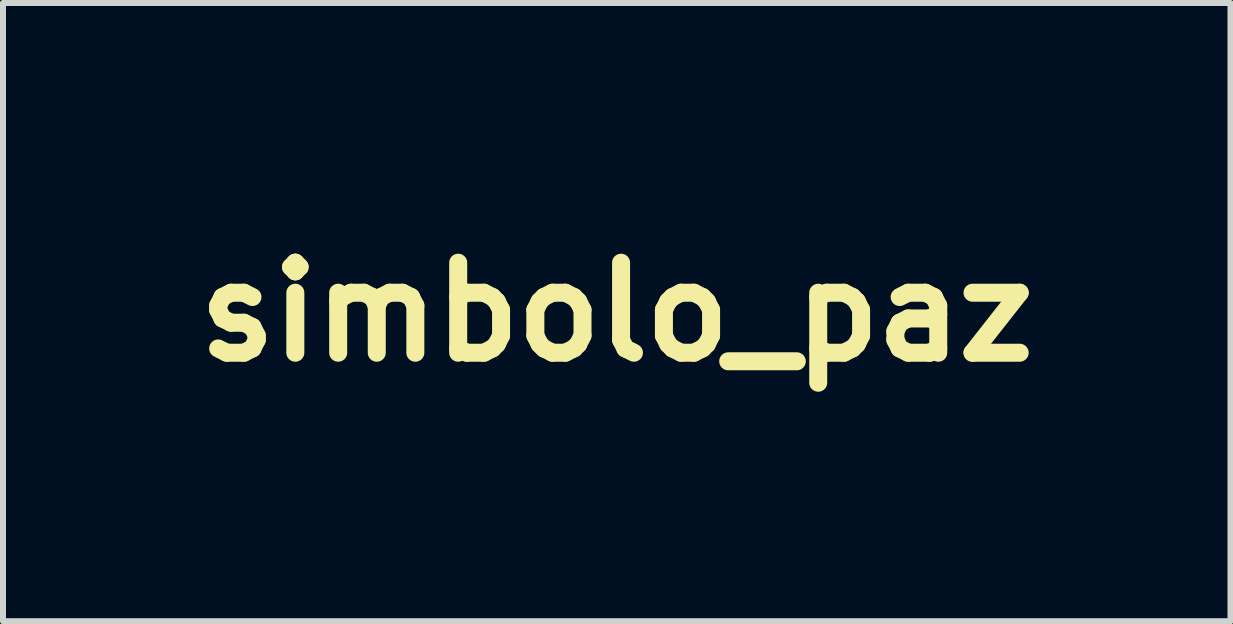
<source format=kicad_pcb>
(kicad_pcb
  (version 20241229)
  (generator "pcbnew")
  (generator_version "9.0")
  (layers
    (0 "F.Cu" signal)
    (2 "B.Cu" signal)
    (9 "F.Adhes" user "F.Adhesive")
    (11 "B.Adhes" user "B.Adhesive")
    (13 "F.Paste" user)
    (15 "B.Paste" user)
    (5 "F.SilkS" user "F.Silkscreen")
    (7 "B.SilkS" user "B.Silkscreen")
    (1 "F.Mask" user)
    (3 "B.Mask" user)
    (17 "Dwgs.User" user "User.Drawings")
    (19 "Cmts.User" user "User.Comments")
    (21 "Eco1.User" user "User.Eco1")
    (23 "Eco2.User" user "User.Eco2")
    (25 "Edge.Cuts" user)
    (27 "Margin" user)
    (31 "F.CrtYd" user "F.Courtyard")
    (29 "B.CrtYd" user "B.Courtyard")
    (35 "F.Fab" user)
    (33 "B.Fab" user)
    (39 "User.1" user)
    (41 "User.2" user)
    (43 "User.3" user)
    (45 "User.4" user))
  (footprint "simbolo_paz"
    (layer "F.Cu")
    (at 7.229 2.15)
    (property "Reference" "simbolo_paz" (at 0 0 0) (layer "F.SilkS") (effects (font (size 1.5 1.5) (thickness 0.3))))
    (attr board_only exclude_from_pos_files exclude_from_bom)
    (fp_poly (pts (xy 0.103 -2.148) (xy 0.207 -2.142) (xy 0.302 -2.13) (xy 0.306 -2.13) (xy 0.498 -2.092) (xy 0.684 -2.038) (xy 0.862 -1.97) (xy 1.031 -1.887) (xy 1.192 -1.79) (xy 1.343 -1.68) (xy 1.484 -1.557) (xy 1.614 -1.422) (xy 1.732 -1.275) (xy 1.838 -1.117) (xy 1.931 -0.947) (xy 1.941 -0.927) (xy 2.01 -0.767) (xy 2.065 -0.602) (xy 2.108 -0.43) (xy 2.13 -0.306) (xy 2.141 -0.213) (xy 2.148 -0.109) (xy 2.15 0.000236) (xy 2.147 0.11) (xy 2.141 0.214) (xy 2.13 0.306) (xy 2.091 0.501) (xy 2.038 0.688) (xy 1.969 0.867) (xy 1.885 1.037) (xy 1.787 1.199) (xy 1.673 1.352) (xy 1.545 1.497) (xy 1.521 1.521) (xy 1.38 1.651) (xy 1.229 1.766) (xy 1.069 1.867) (xy 0.902 1.954) (xy 0.728 2.025) (xy 0.548 2.081) (xy 0.363 2.121) (xy 0.175 2.145) (xy -0.016 2.153) (xy -0.164 2.147) (xy -0.35 2.125) (xy -0.532 2.087) (xy -0.71 2.033) (xy -0.881 1.964) (xy -1.046 1.881) (xy -1.203 1.784) (xy -1.352 1.674) (xy -1.49 1.552) (xy -1.619 1.418) (xy -1.735 1.274) (xy -1.839 1.119) (xy -1.929 0.954) (xy -1.946 0.918) (xy -2.007 0.778) (xy -2.056 0.64) (xy -2.095 0.498) (xy -2.126 0.346) (xy -2.131 0.315) (xy -2.142 0.226) (xy -2.149 0.125) (xy -2.151 0.018) (xy -2.149 -0.091) (xy -2.143 -0.196) (xy -2.133 -0.294) (xy -2.13 -0.31) (xy -2.093 -0.502) (xy -2.039 -0.686) (xy -1.971 -0.864) (xy -1.888 -1.033) (xy -1.791 -1.194) (xy -1.696 -1.323) (xy -1.329 -1.323) (xy -0.906 -0.673) (xy -0.843 -0.577) (xy -0.783 -0.485) (xy -0.727 -0.398) (xy -0.674 -0.317) (xy -0.626 -0.243) (xy -0.583 -0.178) (xy -0.547 -0.121) (xy -0.517 -0.075) (xy -0.494 -0.04) (xy -0.48 -0.017) (xy -0.474 -0.008) (xy -0.474 -0.003) (xy -0.478 0.007) (xy -0.486 0.024) (xy -0.499 0.046) (xy -0.516 0.077) (xy -0.54 0.115) (xy -0.57 0.162) (xy -0.606 0.22) (xy -0.649 0.287) (xy -0.7 0.366) (xy -0.759 0.458) (xy -0.827 0.562) (xy -0.897 0.67) (xy -1.328 1.332) (xy -1.274 1.382) (xy -1.144 1.491) (xy -1.003 1.588) (xy -0.852 1.672) (xy -0.693 1.744) (xy -0.529 1.801) (xy -0.362 1.843) (xy -0.192 1.869) (xy -0.129 1.874) (xy -0.084 1.876) (xy -0.026 1.876) (xy 0.039 1.875) (xy 0.108 1.872) (xy 0.174 1.868) (xy 0.233 1.863) (xy 0.281 1.858) (xy 0.282 1.857) (xy 0.444 1.826) (xy 0.603 1.78) (xy 0.759 1.719) (xy 0.909 1.646) (xy 1.049 1.562) (xy 1.179 1.467) (xy 1.27 1.387) (xy 1.328 1.332) (xy 0.9 0.677) (xy 0.838 0.581) (xy 0.778 0.489) (xy 0.721 0.402) (xy 0.668 0.321) (xy 0.62 0.247) (xy 0.578 0.181) (xy 0.541 0.125) (xy 0.511 0.079) (xy 0.489 0.044) (xy 0.474 0.021) (xy 0.469 0.012) (xy 0.469 0.012) (xy 0.473 0.003) (xy 0.485 -0.019) (xy 0.506 -0.053) (xy 0.535 -0.098) (xy 0.57 -0.154) (xy 0.611 -0.219) (xy 0.658 -0.293) (xy 0.71 -0.373) (xy 0.766 -0.46) (xy 0.826 -0.552) (xy 0.888 -0.648) (xy 0.893 -0.656) (xy 0.956 -0.753) (xy 1.016 -0.845) (xy 1.072 -0.932) (xy 1.125 -1.013) (xy 1.173 -1.087) (xy 1.215 -1.153) (xy 1.251 -1.21) (xy 1.281 -1.256) (xy 1.303 -1.291) (xy 1.317 -1.314) (xy 1.323 -1.323) (xy 1.323 -1.324) (xy 1.317 -1.334) (xy 1.299 -1.353) (xy 1.272 -1.379) (xy 1.238 -1.409) (xy 1.199 -1.442) (xy 1.157 -1.476) (xy 1.121 -1.504) (xy 0.974 -1.604) (xy 0.819 -1.689) (xy 0.656 -1.759) (xy 0.486 -1.813) (xy 0.309 -1.852) (xy 0.267 -1.859) (xy 0.201 -1.866) (xy 0.124 -1.871) (xy 0.039 -1.874) (xy -0.047 -1.873) (xy -0.13 -1.871) (xy -0.205 -1.865) (xy -0.263 -1.858) (xy -0.438 -1.823) (xy -0.608 -1.773) (xy -0.77 -1.709) (xy -0.924 -1.632) (xy -1.068 -1.543) (xy -1.201 -1.441) (xy -1.266 -1.383) (xy -1.329 -1.323) (xy -1.696 -1.323) (xy -1.68 -1.345) (xy -1.556 -1.486) (xy -1.419 -1.617) (xy -1.271 -1.735) (xy -1.111 -1.842) (xy -0.952 -1.929) (xy -0.8 -1.998) (xy -0.641 -2.054) (xy -0.473 -2.098) (xy -0.306 -2.13) (xy -0.216 -2.141) (xy -0.114 -2.148) (xy -0.006 -2.15)) (stroke (width 0) (type solid)) (fill yes) (layer "F.Mask")))
  (gr_rect
    (start -3 -3)
    (end 17.457 7.303)
    (stroke (width 0.1) (type default))
    (fill no)
    (layer "Edge.Cuts")))
</source>
